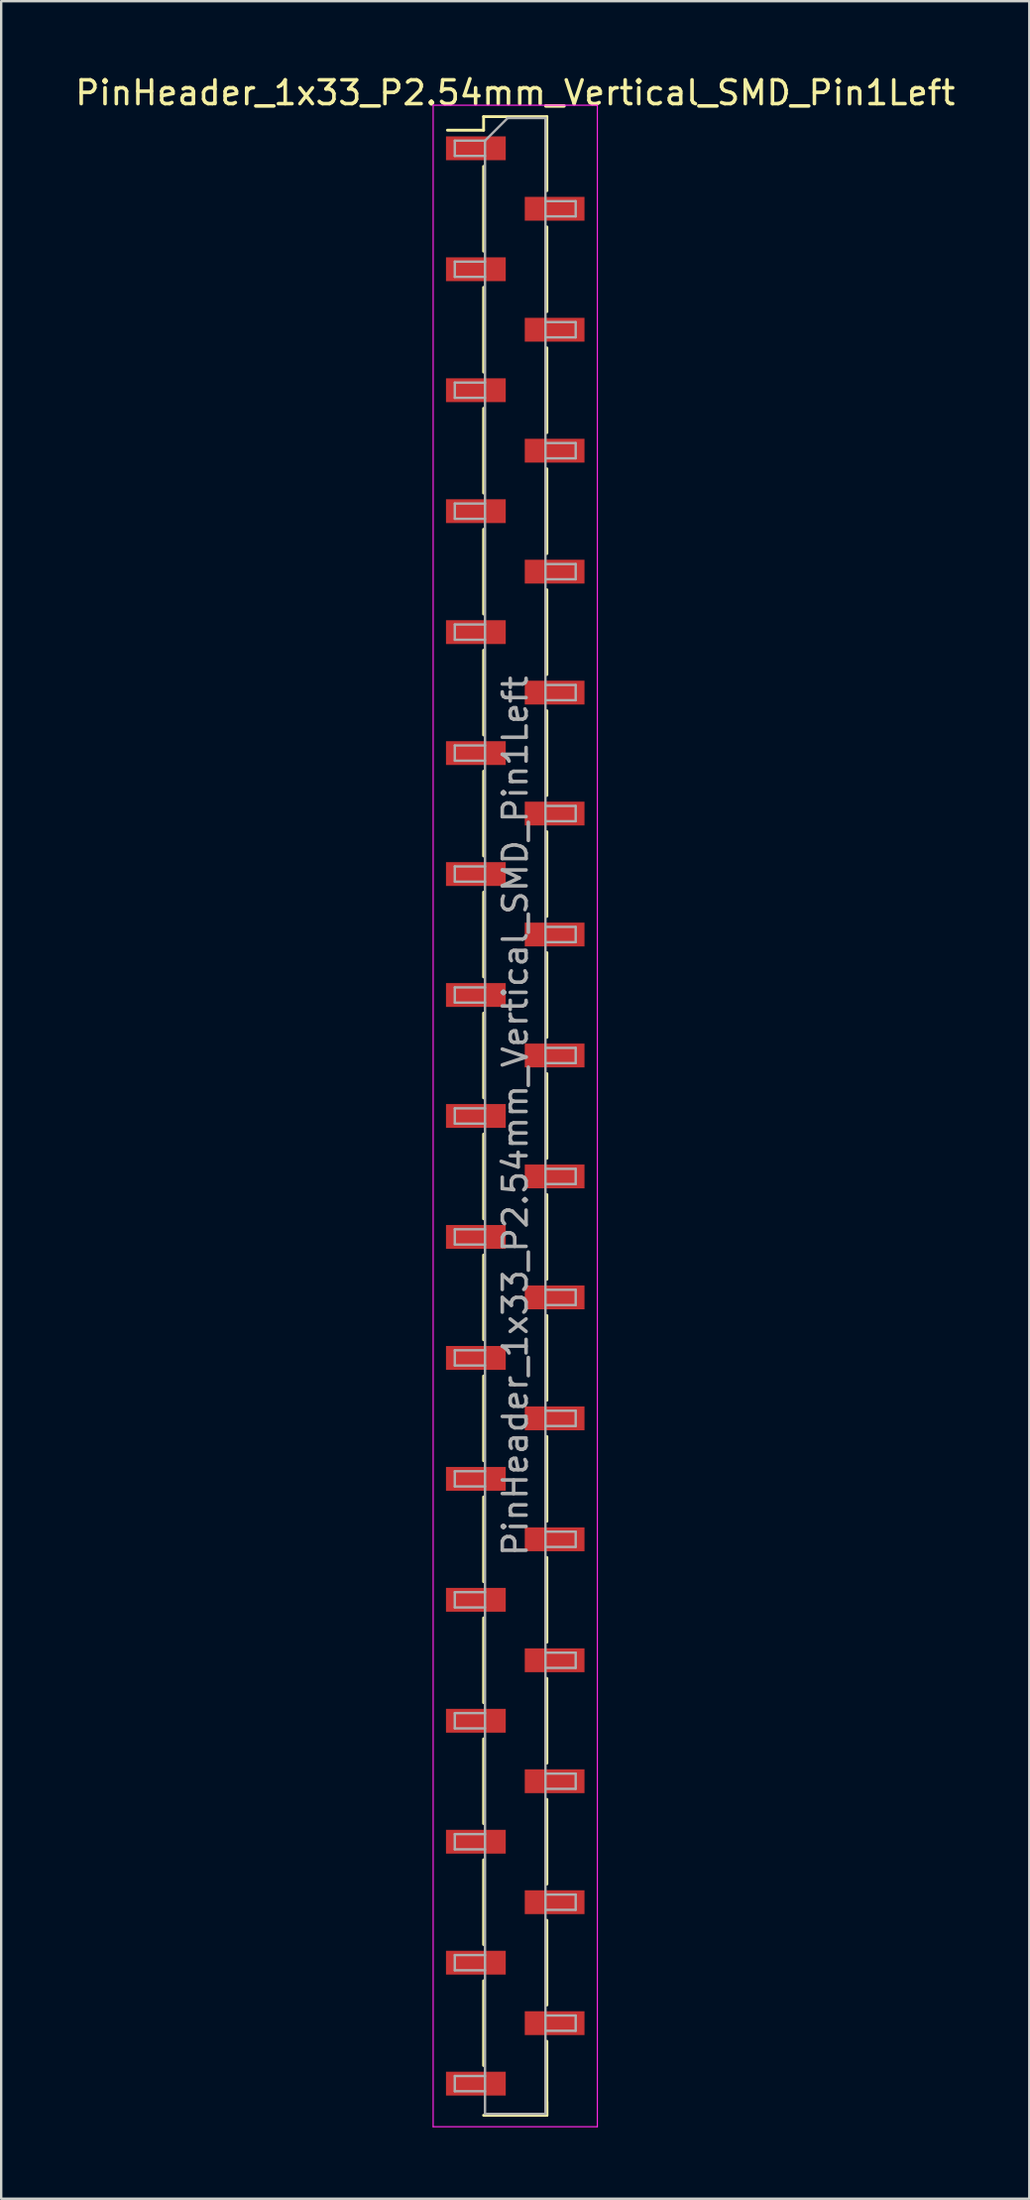
<source format=kicad_pcb>
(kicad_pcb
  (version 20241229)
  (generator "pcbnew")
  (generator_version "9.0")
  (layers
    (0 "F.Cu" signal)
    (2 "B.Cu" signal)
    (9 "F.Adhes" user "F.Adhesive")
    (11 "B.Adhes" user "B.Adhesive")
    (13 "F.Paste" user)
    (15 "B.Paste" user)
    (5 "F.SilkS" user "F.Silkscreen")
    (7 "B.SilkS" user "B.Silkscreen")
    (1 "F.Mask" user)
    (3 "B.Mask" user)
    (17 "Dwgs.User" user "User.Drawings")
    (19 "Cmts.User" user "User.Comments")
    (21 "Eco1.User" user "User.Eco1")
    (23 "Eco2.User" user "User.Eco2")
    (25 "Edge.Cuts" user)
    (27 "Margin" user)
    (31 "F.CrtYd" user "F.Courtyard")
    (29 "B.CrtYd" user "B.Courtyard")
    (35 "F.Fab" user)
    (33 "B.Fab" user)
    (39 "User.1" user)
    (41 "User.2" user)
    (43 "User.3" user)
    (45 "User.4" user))
  (footprint "PinHeader_1x33_P2.54mm_Vertical_SMD_Pin1Left"
    (layer "F.Cu")
    (at 18.601 43.818)
    (property "Reference" "PinHeader_1x33_P2.54mm_Vertical_SMD_Pin1Left" (at 0 -42.97 0) (layer "F.SilkS") (effects (font (size 1 1) (thickness 0.15))))
    (attr smd)
    (fp_line (start -1.33 -41.97) (end -1.33 -41.4) (stroke (width 0.12) (type solid)) (layer "F.SilkS"))
    (fp_line (start -1.33 -41.97) (end 1.33 -41.97) (stroke (width 0.12) (type solid)) (layer "F.SilkS"))
    (fp_line (start -1.33 -41.4) (end -2.85 -41.4) (stroke (width 0.12) (type solid)) (layer "F.SilkS"))
    (fp_line (start -1.33 -39.88) (end -1.33 -36.32) (stroke (width 0.12) (type solid)) (layer "F.SilkS"))
    (fp_line (start -1.33 -34.8) (end -1.33 -31.24) (stroke (width 0.12) (type solid)) (layer "F.SilkS"))
    (fp_line (start -1.33 -29.72) (end -1.33 -26.16) (stroke (width 0.12) (type solid)) (layer "F.SilkS"))
    (fp_line (start -1.33 -24.64) (end -1.33 -21.08) (stroke (width 0.12) (type solid)) (layer "F.SilkS"))
    (fp_line (start -1.33 -19.56) (end -1.33 -16) (stroke (width 0.12) (type solid)) (layer "F.SilkS"))
    (fp_line (start -1.33 -14.48) (end -1.33 -10.92) (stroke (width 0.12) (type solid)) (layer "F.SilkS"))
    (fp_line (start -1.33 -9.4) (end -1.33 -5.84) (stroke (width 0.12) (type solid)) (layer "F.SilkS"))
    (fp_line (start -1.33 -4.32) (end -1.33 -0.76) (stroke (width 0.12) (type solid)) (layer "F.SilkS"))
    (fp_line (start -1.33 0.76) (end -1.33 4.32) (stroke (width 0.12) (type solid)) (layer "F.SilkS"))
    (fp_line (start -1.33 5.84) (end -1.33 9.4) (stroke (width 0.12) (type solid)) (layer "F.SilkS"))
    (fp_line (start -1.33 10.92) (end -1.33 14.48) (stroke (width 0.12) (type solid)) (layer "F.SilkS"))
    (fp_line (start -1.33 16) (end -1.33 19.56) (stroke (width 0.12) (type solid)) (layer "F.SilkS"))
    (fp_line (start -1.33 21.08) (end -1.33 24.64) (stroke (width 0.12) (type solid)) (layer "F.SilkS"))
    (fp_line (start -1.33 26.16) (end -1.33 29.72) (stroke (width 0.12) (type solid)) (layer "F.SilkS"))
    (fp_line (start -1.33 31.24) (end -1.33 34.8) (stroke (width 0.12) (type solid)) (layer "F.SilkS"))
    (fp_line (start -1.33 36.32) (end -1.33 39.88) (stroke (width 0.12) (type solid)) (layer "F.SilkS"))
    (fp_line (start -1.33 41.97) (end 1.33 41.97) (stroke (width 0.12) (type solid)) (layer "F.SilkS"))
    (fp_line (start 1.33 -41.97) (end 1.33 -38.86) (stroke (width 0.12) (type solid)) (layer "F.SilkS"))
    (fp_line (start 1.33 -37.34) (end 1.33 -33.78) (stroke (width 0.12) (type solid)) (layer "F.SilkS"))
    (fp_line (start 1.33 -32.26) (end 1.33 -28.7) (stroke (width 0.12) (type solid)) (layer "F.SilkS"))
    (fp_line (start 1.33 -27.18) (end 1.33 -23.62) (stroke (width 0.12) (type solid)) (layer "F.SilkS"))
    (fp_line (start 1.33 -22.1) (end 1.33 -18.54) (stroke (width 0.12) (type solid)) (layer "F.SilkS"))
    (fp_line (start 1.33 -17.02) (end 1.33 -13.46) (stroke (width 0.12) (type solid)) (layer "F.SilkS"))
    (fp_line (start 1.33 -11.94) (end 1.33 -8.38) (stroke (width 0.12) (type solid)) (layer "F.SilkS"))
    (fp_line (start 1.33 -6.86) (end 1.33 -3.3) (stroke (width 0.12) (type solid)) (layer "F.SilkS"))
    (fp_line (start 1.33 -1.78) (end 1.33 1.78) (stroke (width 0.12) (type solid)) (layer "F.SilkS"))
    (fp_line (start 1.33 3.3) (end 1.33 6.86) (stroke (width 0.12) (type solid)) (layer "F.SilkS"))
    (fp_line (start 1.33 8.38) (end 1.33 11.94) (stroke (width 0.12) (type solid)) (layer "F.SilkS"))
    (fp_line (start 1.33 13.46) (end 1.33 17.02) (stroke (width 0.12) (type solid)) (layer "F.SilkS"))
    (fp_line (start 1.33 18.54) (end 1.33 22.1) (stroke (width 0.12) (type solid)) (layer "F.SilkS"))
    (fp_line (start 1.33 23.62) (end 1.33 27.18) (stroke (width 0.12) (type solid)) (layer "F.SilkS"))
    (fp_line (start 1.33 28.7) (end 1.33 32.26) (stroke (width 0.12) (type solid)) (layer "F.SilkS"))
    (fp_line (start 1.33 33.78) (end 1.33 37.34) (stroke (width 0.12) (type solid)) (layer "F.SilkS"))
    (fp_line (start 1.33 38.86) (end 1.33 41.97) (stroke (width 0.12) (type solid)) (layer "F.SilkS"))
    (fp_line (start 1.33 41.4) (end 1.33 41.97) (stroke (width 0.12) (type solid)) (layer "F.SilkS"))
    (fp_line (start -3.45 -42.45) (end -3.45 42.45) (stroke (width 0.05) (type solid)) (layer "F.CrtYd"))
    (fp_line (start -3.45 42.45) (end 3.45 42.45) (stroke (width 0.05) (type solid)) (layer "F.CrtYd"))
    (fp_line (start 3.45 -42.45) (end -3.45 -42.45) (stroke (width 0.05) (type solid)) (layer "F.CrtYd"))
    (fp_line (start 3.45 42.45) (end 3.45 -42.45) (stroke (width 0.05) (type solid)) (layer "F.CrtYd"))
    (fp_line (start -2.54 -40.96) (end -2.54 -40.32) (stroke (width 0.1) (type solid)) (layer "F.Fab"))
    (fp_line (start -2.54 -40.32) (end -1.27 -40.32) (stroke (width 0.1) (type solid)) (layer "F.Fab"))
    (fp_line (start -2.54 -35.88) (end -2.54 -35.24) (stroke (width 0.1) (type solid)) (layer "F.Fab"))
    (fp_line (start -2.54 -35.24) (end -1.27 -35.24) (stroke (width 0.1) (type solid)) (layer "F.Fab"))
    (fp_line (start -2.54 -30.8) (end -2.54 -30.16) (stroke (width 0.1) (type solid)) (layer "F.Fab"))
    (fp_line (start -2.54 -30.16) (end -1.27 -30.16) (stroke (width 0.1) (type solid)) (layer "F.Fab"))
    (fp_line (start -2.54 -25.72) (end -2.54 -25.08) (stroke (width 0.1) (type solid)) (layer "F.Fab"))
    (fp_line (start -2.54 -25.08) (end -1.27 -25.08) (stroke (width 0.1) (type solid)) (layer "F.Fab"))
    (fp_line (start -2.54 -20.64) (end -2.54 -20) (stroke (width 0.1) (type solid)) (layer "F.Fab"))
    (fp_line (start -2.54 -20) (end -1.27 -20) (stroke (width 0.1) (type solid)) (layer "F.Fab"))
    (fp_line (start -2.54 -15.56) (end -2.54 -14.92) (stroke (width 0.1) (type solid)) (layer "F.Fab"))
    (fp_line (start -2.54 -14.92) (end -1.27 -14.92) (stroke (width 0.1) (type solid)) (layer "F.Fab"))
    (fp_line (start -2.54 -10.48) (end -2.54 -9.84) (stroke (width 0.1) (type solid)) (layer "F.Fab"))
    (fp_line (start -2.54 -9.84) (end -1.27 -9.84) (stroke (width 0.1) (type solid)) (layer "F.Fab"))
    (fp_line (start -2.54 -5.4) (end -2.54 -4.76) (stroke (width 0.1) (type solid)) (layer "F.Fab"))
    (fp_line (start -2.54 -4.76) (end -1.27 -4.76) (stroke (width 0.1) (type solid)) (layer "F.Fab"))
    (fp_line (start -2.54 -0.32) (end -2.54 0.32) (stroke (width 0.1) (type solid)) (layer "F.Fab"))
    (fp_line (start -2.54 0.32) (end -1.27 0.32) (stroke (width 0.1) (type solid)) (layer "F.Fab"))
    (fp_line (start -2.54 4.76) (end -2.54 5.4) (stroke (width 0.1) (type solid)) (layer "F.Fab"))
    (fp_line (start -2.54 5.4) (end -1.27 5.4) (stroke (width 0.1) (type solid)) (layer "F.Fab"))
    (fp_line (start -2.54 9.84) (end -2.54 10.48) (stroke (width 0.1) (type solid)) (layer "F.Fab"))
    (fp_line (start -2.54 10.48) (end -1.27 10.48) (stroke (width 0.1) (type solid)) (layer "F.Fab"))
    (fp_line (start -2.54 14.92) (end -2.54 15.56) (stroke (width 0.1) (type solid)) (layer "F.Fab"))
    (fp_line (start -2.54 15.56) (end -1.27 15.56) (stroke (width 0.1) (type solid)) (layer "F.Fab"))
    (fp_line (start -2.54 20) (end -2.54 20.64) (stroke (width 0.1) (type solid)) (layer "F.Fab"))
    (fp_line (start -2.54 20.64) (end -1.27 20.64) (stroke (width 0.1) (type solid)) (layer "F.Fab"))
    (fp_line (start -2.54 25.08) (end -2.54 25.72) (stroke (width 0.1) (type solid)) (layer "F.Fab"))
    (fp_line (start -2.54 25.72) (end -1.27 25.72) (stroke (width 0.1) (type solid)) (layer "F.Fab"))
    (fp_line (start -2.54 30.16) (end -2.54 30.8) (stroke (width 0.1) (type solid)) (layer "F.Fab"))
    (fp_line (start -2.54 30.8) (end -1.27 30.8) (stroke (width 0.1) (type solid)) (layer "F.Fab"))
    (fp_line (start -2.54 35.24) (end -2.54 35.88) (stroke (width 0.1) (type solid)) (layer "F.Fab"))
    (fp_line (start -2.54 35.88) (end -1.27 35.88) (stroke (width 0.1) (type solid)) (layer "F.Fab"))
    (fp_line (start -2.54 40.32) (end -2.54 40.96) (stroke (width 0.1) (type solid)) (layer "F.Fab"))
    (fp_line (start -2.54 40.96) (end -1.27 40.96) (stroke (width 0.1) (type solid)) (layer "F.Fab"))
    (fp_line (start -1.27 -40.96) (end -2.54 -40.96) (stroke (width 0.1) (type solid)) (layer "F.Fab"))
    (fp_line (start -1.27 -40.96) (end -0.32 -41.91) (stroke (width 0.1) (type solid)) (layer "F.Fab"))
    (fp_line (start -1.27 -35.88) (end -2.54 -35.88) (stroke (width 0.1) (type solid)) (layer "F.Fab"))
    (fp_line (start -1.27 -30.8) (end -2.54 -30.8) (stroke (width 0.1) (type solid)) (layer "F.Fab"))
    (fp_line (start -1.27 -25.72) (end -2.54 -25.72) (stroke (width 0.1) (type solid)) (layer "F.Fab"))
    (fp_line (start -1.27 -20.64) (end -2.54 -20.64) (stroke (width 0.1) (type solid)) (layer "F.Fab"))
    (fp_line (start -1.27 -15.56) (end -2.54 -15.56) (stroke (width 0.1) (type solid)) (layer "F.Fab"))
    (fp_line (start -1.27 -10.48) (end -2.54 -10.48) (stroke (width 0.1) (type solid)) (layer "F.Fab"))
    (fp_line (start -1.27 -5.4) (end -2.54 -5.4) (stroke (width 0.1) (type solid)) (layer "F.Fab"))
    (fp_line (start -1.27 -0.32) (end -2.54 -0.32) (stroke (width 0.1) (type solid)) (layer "F.Fab"))
    (fp_line (start -1.27 4.76) (end -2.54 4.76) (stroke (width 0.1) (type solid)) (layer "F.Fab"))
    (fp_line (start -1.27 9.84) (end -2.54 9.84) (stroke (width 0.1) (type solid)) (layer "F.Fab"))
    (fp_line (start -1.27 14.92) (end -2.54 14.92) (stroke (width 0.1) (type solid)) (layer "F.Fab"))
    (fp_line (start -1.27 20) (end -2.54 20) (stroke (width 0.1) (type solid)) (layer "F.Fab"))
    (fp_line (start -1.27 25.08) (end -2.54 25.08) (stroke (width 0.1) (type solid)) (layer "F.Fab"))
    (fp_line (start -1.27 30.16) (end -2.54 30.16) (stroke (width 0.1) (type solid)) (layer "F.Fab"))
    (fp_line (start -1.27 35.24) (end -2.54 35.24) (stroke (width 0.1) (type solid)) (layer "F.Fab"))
    (fp_line (start -1.27 40.32) (end -2.54 40.32) (stroke (width 0.1) (type solid)) (layer "F.Fab"))
    (fp_line (start -1.27 41.91) (end -1.27 -40.96) (stroke (width 0.1) (type solid)) (layer "F.Fab"))
    (fp_line (start -0.32 -41.91) (end 1.27 -41.91) (stroke (width 0.1) (type solid)) (layer "F.Fab"))
    (fp_line (start 1.27 -41.91) (end 1.27 41.91) (stroke (width 0.1) (type solid)) (layer "F.Fab"))
    (fp_line (start 1.27 -38.42) (end 2.54 -38.42) (stroke (width 0.1) (type solid)) (layer "F.Fab"))
    (fp_line (start 1.27 -33.34) (end 2.54 -33.34) (stroke (width 0.1) (type solid)) (layer "F.Fab"))
    (fp_line (start 1.27 -28.26) (end 2.54 -28.26) (stroke (width 0.1) (type solid)) (layer "F.Fab"))
    (fp_line (start 1.27 -23.18) (end 2.54 -23.18) (stroke (width 0.1) (type solid)) (layer "F.Fab"))
    (fp_line (start 1.27 -18.1) (end 2.54 -18.1) (stroke (width 0.1) (type solid)) (layer "F.Fab"))
    (fp_line (start 1.27 -13.02) (end 2.54 -13.02) (stroke (width 0.1) (type solid)) (layer "F.Fab"))
    (fp_line (start 1.27 -7.94) (end 2.54 -7.94) (stroke (width 0.1) (type solid)) (layer "F.Fab"))
    (fp_line (start 1.27 -2.86) (end 2.54 -2.86) (stroke (width 0.1) (type solid)) (layer "F.Fab"))
    (fp_line (start 1.27 2.22) (end 2.54 2.22) (stroke (width 0.1) (type solid)) (layer "F.Fab"))
    (fp_line (start 1.27 7.3) (end 2.54 7.3) (stroke (width 0.1) (type solid)) (layer "F.Fab"))
    (fp_line (start 1.27 12.38) (end 2.54 12.38) (stroke (width 0.1) (type solid)) (layer "F.Fab"))
    (fp_line (start 1.27 17.46) (end 2.54 17.46) (stroke (width 0.1) (type solid)) (layer "F.Fab"))
    (fp_line (start 1.27 22.54) (end 2.54 22.54) (stroke (width 0.1) (type solid)) (layer "F.Fab"))
    (fp_line (start 1.27 27.62) (end 2.54 27.62) (stroke (width 0.1) (type solid)) (layer "F.Fab"))
    (fp_line (start 1.27 32.7) (end 2.54 32.7) (stroke (width 0.1) (type solid)) (layer "F.Fab"))
    (fp_line (start 1.27 37.78) (end 2.54 37.78) (stroke (width 0.1) (type solid)) (layer "F.Fab"))
    (fp_line (start 1.27 41.91) (end -1.27 41.91) (stroke (width 0.1) (type solid)) (layer "F.Fab"))
    (fp_line (start 2.54 -38.42) (end 2.54 -37.78) (stroke (width 0.1) (type solid)) (layer "F.Fab"))
    (fp_line (start 2.54 -37.78) (end 1.27 -37.78) (stroke (width 0.1) (type solid)) (layer "F.Fab"))
    (fp_line (start 2.54 -33.34) (end 2.54 -32.7) (stroke (width 0.1) (type solid)) (layer "F.Fab"))
    (fp_line (start 2.54 -32.7) (end 1.27 -32.7) (stroke (width 0.1) (type solid)) (layer "F.Fab"))
    (fp_line (start 2.54 -28.26) (end 2.54 -27.62) (stroke (width 0.1) (type solid)) (layer "F.Fab"))
    (fp_line (start 2.54 -27.62) (end 1.27 -27.62) (stroke (width 0.1) (type solid)) (layer "F.Fab"))
    (fp_line (start 2.54 -23.18) (end 2.54 -22.54) (stroke (width 0.1) (type solid)) (layer "F.Fab"))
    (fp_line (start 2.54 -22.54) (end 1.27 -22.54) (stroke (width 0.1) (type solid)) (layer "F.Fab"))
    (fp_line (start 2.54 -18.1) (end 2.54 -17.46) (stroke (width 0.1) (type solid)) (layer "F.Fab"))
    (fp_line (start 2.54 -17.46) (end 1.27 -17.46) (stroke (width 0.1) (type solid)) (layer "F.Fab"))
    (fp_line (start 2.54 -13.02) (end 2.54 -12.38) (stroke (width 0.1) (type solid)) (layer "F.Fab"))
    (fp_line (start 2.54 -12.38) (end 1.27 -12.38) (stroke (width 0.1) (type solid)) (layer "F.Fab"))
    (fp_line (start 2.54 -7.94) (end 2.54 -7.3) (stroke (width 0.1) (type solid)) (layer "F.Fab"))
    (fp_line (start 2.54 -7.3) (end 1.27 -7.3) (stroke (width 0.1) (type solid)) (layer "F.Fab"))
    (fp_line (start 2.54 -2.86) (end 2.54 -2.22) (stroke (width 0.1) (type solid)) (layer "F.Fab"))
    (fp_line (start 2.54 -2.22) (end 1.27 -2.22) (stroke (width 0.1) (type solid)) (layer "F.Fab"))
    (fp_line (start 2.54 2.22) (end 2.54 2.86) (stroke (width 0.1) (type solid)) (layer "F.Fab"))
    (fp_line (start 2.54 2.86) (end 1.27 2.86) (stroke (width 0.1) (type solid)) (layer "F.Fab"))
    (fp_line (start 2.54 7.3) (end 2.54 7.94) (stroke (width 0.1) (type solid)) (layer "F.Fab"))
    (fp_line (start 2.54 7.94) (end 1.27 7.94) (stroke (width 0.1) (type solid)) (layer "F.Fab"))
    (fp_line (start 2.54 12.38) (end 2.54 13.02) (stroke (width 0.1) (type solid)) (layer "F.Fab"))
    (fp_line (start 2.54 13.02) (end 1.27 13.02) (stroke (width 0.1) (type solid)) (layer "F.Fab"))
    (fp_line (start 2.54 17.46) (end 2.54 18.1) (stroke (width 0.1) (type solid)) (layer "F.Fab"))
    (fp_line (start 2.54 18.1) (end 1.27 18.1) (stroke (width 0.1) (type solid)) (layer "F.Fab"))
    (fp_line (start 2.54 22.54) (end 2.54 23.18) (stroke (width 0.1) (type solid)) (layer "F.Fab"))
    (fp_line (start 2.54 23.18) (end 1.27 23.18) (stroke (width 0.1) (type solid)) (layer "F.Fab"))
    (fp_line (start 2.54 27.62) (end 2.54 28.26) (stroke (width 0.1) (type solid)) (layer "F.Fab"))
    (fp_line (start 2.54 28.26) (end 1.27 28.26) (stroke (width 0.1) (type solid)) (layer "F.Fab"))
    (fp_line (start 2.54 32.7) (end 2.54 33.34) (stroke (width 0.1) (type solid)) (layer "F.Fab"))
    (fp_line (start 2.54 33.34) (end 1.27 33.34) (stroke (width 0.1) (type solid)) (layer "F.Fab"))
    (fp_line (start 2.54 37.78) (end 2.54 38.42) (stroke (width 0.1) (type solid)) (layer "F.Fab"))
    (fp_line (start 2.54 38.42) (end 1.27 38.42) (stroke (width 0.1) (type solid)) (layer "F.Fab"))
    (fp_text user "${REFERENCE}" (at 0 0 90) (layer "F.Fab") (effects (font (size 1 1) (thickness 0.15))))
    (pad "1" smd rect (at -1.655 -40.64) (size 2.51 1) (layers "F.Cu" "F.Mask" "F.Paste"))
    (pad "2" smd rect (at 1.655 -38.1) (size 2.51 1) (layers "F.Cu" "F.Mask" "F.Paste"))
    (pad "3" smd rect (at -1.655 -35.56) (size 2.51 1) (layers "F.Cu" "F.Mask" "F.Paste"))
    (pad "4" smd rect (at 1.655 -33.02) (size 2.51 1) (layers "F.Cu" "F.Mask" "F.Paste"))
    (pad "5" smd rect (at -1.655 -30.48) (size 2.51 1) (layers "F.Cu" "F.Mask" "F.Paste"))
    (pad "6" smd rect (at 1.655 -27.94) (size 2.51 1) (layers "F.Cu" "F.Mask" "F.Paste"))
    (pad "7" smd rect (at -1.655 -25.4) (size 2.51 1) (layers "F.Cu" "F.Mask" "F.Paste"))
    (pad "8" smd rect (at 1.655 -22.86) (size 2.51 1) (layers "F.Cu" "F.Mask" "F.Paste"))
    (pad "9" smd rect (at -1.655 -20.32) (size 2.51 1) (layers "F.Cu" "F.Mask" "F.Paste"))
    (pad "10" smd rect (at 1.655 -17.78) (size 2.51 1) (layers "F.Cu" "F.Mask" "F.Paste"))
    (pad "11" smd rect (at -1.655 -15.24) (size 2.51 1) (layers "F.Cu" "F.Mask" "F.Paste"))
    (pad "12" smd rect (at 1.655 -12.7) (size 2.51 1) (layers "F.Cu" "F.Mask" "F.Paste"))
    (pad "13" smd rect (at -1.655 -10.16) (size 2.51 1) (layers "F.Cu" "F.Mask" "F.Paste"))
    (pad "14" smd rect (at 1.655 -7.62) (size 2.51 1) (layers "F.Cu" "F.Mask" "F.Paste"))
    (pad "15" smd rect (at -1.655 -5.08) (size 2.51 1) (layers "F.Cu" "F.Mask" "F.Paste"))
    (pad "16" smd rect (at 1.655 -2.54) (size 2.51 1) (layers "F.Cu" "F.Mask" "F.Paste"))
    (pad "17" smd rect (at -1.655 0) (size 2.51 1) (layers "F.Cu" "F.Mask" "F.Paste"))
    (pad "18" smd rect (at 1.655 2.54) (size 2.51 1) (layers "F.Cu" "F.Mask" "F.Paste"))
    (pad "19" smd rect (at -1.655 5.08) (size 2.51 1) (layers "F.Cu" "F.Mask" "F.Paste"))
    (pad "20" smd rect (at 1.655 7.62) (size 2.51 1) (layers "F.Cu" "F.Mask" "F.Paste"))
    (pad "21" smd rect (at -1.655 10.16) (size 2.51 1) (layers "F.Cu" "F.Mask" "F.Paste"))
    (pad "22" smd rect (at 1.655 12.7) (size 2.51 1) (layers "F.Cu" "F.Mask" "F.Paste"))
    (pad "23" smd rect (at -1.655 15.24) (size 2.51 1) (layers "F.Cu" "F.Mask" "F.Paste"))
    (pad "24" smd rect (at 1.655 17.78) (size 2.51 1) (layers "F.Cu" "F.Mask" "F.Paste"))
    (pad "25" smd rect (at -1.655 20.32) (size 2.51 1) (layers "F.Cu" "F.Mask" "F.Paste"))
    (pad "26" smd rect (at 1.655 22.86) (size 2.51 1) (layers "F.Cu" "F.Mask" "F.Paste"))
    (pad "27" smd rect (at -1.655 25.4) (size 2.51 1) (layers "F.Cu" "F.Mask" "F.Paste"))
    (pad "28" smd rect (at 1.655 27.94) (size 2.51 1) (layers "F.Cu" "F.Mask" "F.Paste"))
    (pad "29" smd rect (at -1.655 30.48) (size 2.51 1) (layers "F.Cu" "F.Mask" "F.Paste"))
    (pad "30" smd rect (at 1.655 33.02) (size 2.51 1) (layers "F.Cu" "F.Mask" "F.Paste"))
    (pad "31" smd rect (at -1.655 35.56) (size 2.51 1) (layers "F.Cu" "F.Mask" "F.Paste"))
    (pad "32" smd rect (at 1.655 38.1) (size 2.51 1) (layers "F.Cu" "F.Mask" "F.Paste"))
    (pad "33" smd rect (at -1.655 40.64) (size 2.51 1) (layers "F.Cu" "F.Mask" "F.Paste")))
  (gr_rect
    (start -3 -3)
    (end 40.202 89.293)
    (stroke (width 0.1) (type default))
    (fill no)
    (layer "Edge.Cuts")))
</source>
